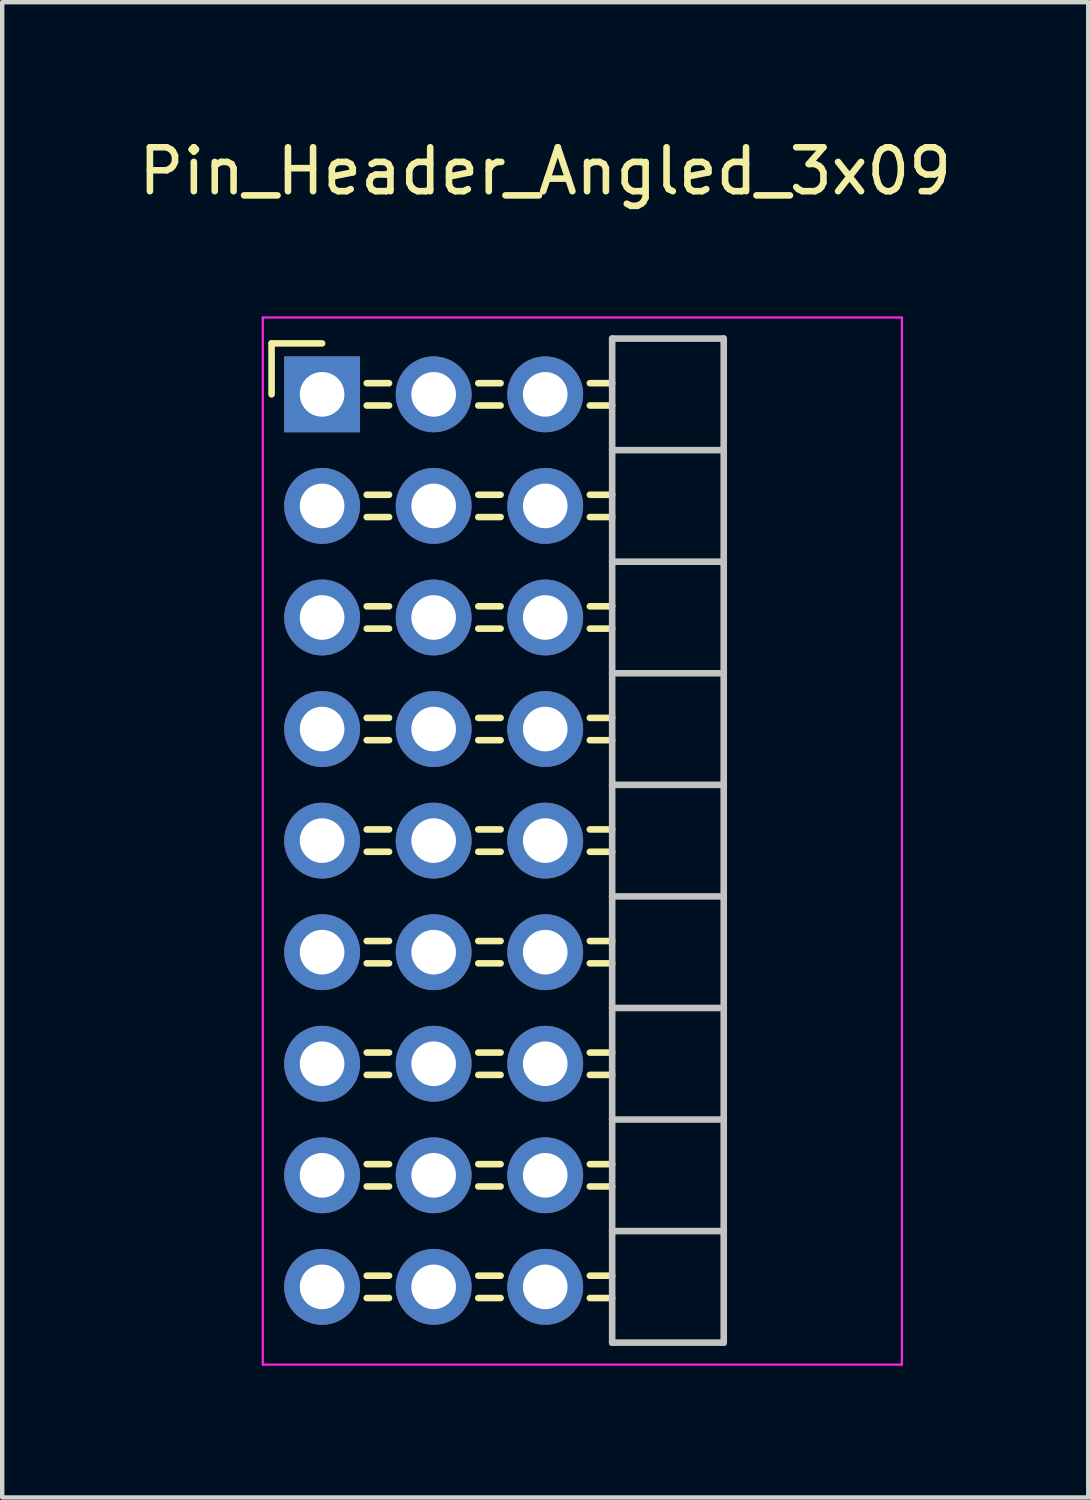
<source format=kicad_pcb>
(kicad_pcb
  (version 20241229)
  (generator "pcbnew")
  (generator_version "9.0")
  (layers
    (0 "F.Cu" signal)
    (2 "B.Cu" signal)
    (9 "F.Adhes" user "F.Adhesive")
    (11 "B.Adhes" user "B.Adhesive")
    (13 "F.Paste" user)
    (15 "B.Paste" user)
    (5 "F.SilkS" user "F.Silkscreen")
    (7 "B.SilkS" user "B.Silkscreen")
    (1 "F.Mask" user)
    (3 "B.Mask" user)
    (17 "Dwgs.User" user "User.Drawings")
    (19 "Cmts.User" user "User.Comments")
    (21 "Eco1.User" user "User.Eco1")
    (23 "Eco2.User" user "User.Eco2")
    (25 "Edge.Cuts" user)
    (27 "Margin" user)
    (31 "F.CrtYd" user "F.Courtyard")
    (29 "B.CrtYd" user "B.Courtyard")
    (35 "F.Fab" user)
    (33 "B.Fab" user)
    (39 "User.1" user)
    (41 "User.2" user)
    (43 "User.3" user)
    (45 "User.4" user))
  (footprint "Pin_Header_Angled_3x09"
    (layer "F.Cu")
    (at 9.363 14.818)
    (property "Reference" "Pin_Header_Angled_3x09" (at 0 -13.97 0) (layer "F.SilkS") (effects (font (size 1 1) (thickness 0.15))))
    (attr through_hole)
    (fp_line (start -6.23 -10.05) (end -6.23 -8.89) (stroke (width 0.15) (type solid)) (layer "F.SilkS"))
    (fp_line (start -5.08 -10.05) (end -6.23 -10.05) (stroke (width 0.15) (type solid)) (layer "F.SilkS"))
    (fp_line (start -3.556 -9.144) (end -4.064 -9.144) (stroke (width 0.15) (type solid)) (layer "F.SilkS"))
    (fp_line (start -3.556 -8.636) (end -4.064 -8.636) (stroke (width 0.15) (type solid)) (layer "F.SilkS"))
    (fp_line (start -3.556 -6.604) (end -4.064 -6.604) (stroke (width 0.15) (type solid)) (layer "F.SilkS"))
    (fp_line (start -3.556 -6.096) (end -4.064 -6.096) (stroke (width 0.15) (type solid)) (layer "F.SilkS"))
    (fp_line (start -3.556 -4.064) (end -4.064 -4.064) (stroke (width 0.15) (type solid)) (layer "F.SilkS"))
    (fp_line (start -3.556 -3.556) (end -4.064 -3.556) (stroke (width 0.15) (type solid)) (layer "F.SilkS"))
    (fp_line (start -3.556 -1.524) (end -4.064 -1.524) (stroke (width 0.15) (type solid)) (layer "F.SilkS"))
    (fp_line (start -3.556 -1.016) (end -4.064 -1.016) (stroke (width 0.15) (type solid)) (layer "F.SilkS"))
    (fp_line (start -3.556 1.016) (end -4.064 1.016) (stroke (width 0.15) (type solid)) (layer "F.SilkS"))
    (fp_line (start -3.556 1.524) (end -4.064 1.524) (stroke (width 0.15) (type solid)) (layer "F.SilkS"))
    (fp_line (start -3.556 3.556) (end -4.064 3.556) (stroke (width 0.15) (type solid)) (layer "F.SilkS"))
    (fp_line (start -3.556 4.064) (end -4.064 4.064) (stroke (width 0.15) (type solid)) (layer "F.SilkS"))
    (fp_line (start -3.556 6.096) (end -4.064 6.096) (stroke (width 0.15) (type solid)) (layer "F.SilkS"))
    (fp_line (start -3.556 6.604) (end -4.064 6.604) (stroke (width 0.15) (type solid)) (layer "F.SilkS"))
    (fp_line (start -3.556 8.636) (end -4.064 8.636) (stroke (width 0.15) (type solid)) (layer "F.SilkS"))
    (fp_line (start -3.556 9.144) (end -4.064 9.144) (stroke (width 0.15) (type solid)) (layer "F.SilkS"))
    (fp_line (start -3.556 11.176) (end -4.064 11.176) (stroke (width 0.15) (type solid)) (layer "F.SilkS"))
    (fp_line (start -3.556 11.684) (end -4.064 11.684) (stroke (width 0.15) (type solid)) (layer "F.SilkS"))
    (fp_line (start -1.016 -9.144) (end -1.524 -9.144) (stroke (width 0.15) (type solid)) (layer "F.SilkS"))
    (fp_line (start -1.016 -8.636) (end -1.524 -8.636) (stroke (width 0.15) (type solid)) (layer "F.SilkS"))
    (fp_line (start -1.016 -6.604) (end -1.524 -6.604) (stroke (width 0.15) (type solid)) (layer "F.SilkS"))
    (fp_line (start -1.016 -6.096) (end -1.524 -6.096) (stroke (width 0.15) (type solid)) (layer "F.SilkS"))
    (fp_line (start -1.016 -4.064) (end -1.524 -4.064) (stroke (width 0.15) (type solid)) (layer "F.SilkS"))
    (fp_line (start -1.016 -3.556) (end -1.524 -3.556) (stroke (width 0.15) (type solid)) (layer "F.SilkS"))
    (fp_line (start -1.016 -1.524) (end -1.524 -1.524) (stroke (width 0.15) (type solid)) (layer "F.SilkS"))
    (fp_line (start -1.016 -1.016) (end -1.524 -1.016) (stroke (width 0.15) (type solid)) (layer "F.SilkS"))
    (fp_line (start -1.016 1.016) (end -1.524 1.016) (stroke (width 0.15) (type solid)) (layer "F.SilkS"))
    (fp_line (start -1.016 1.524) (end -1.524 1.524) (stroke (width 0.15) (type solid)) (layer "F.SilkS"))
    (fp_line (start -1.016 3.556) (end -1.524 3.556) (stroke (width 0.15) (type solid)) (layer "F.SilkS"))
    (fp_line (start -1.016 4.064) (end -1.524 4.064) (stroke (width 0.15) (type solid)) (layer "F.SilkS"))
    (fp_line (start -1.016 6.096) (end -1.524 6.096) (stroke (width 0.15) (type solid)) (layer "F.SilkS"))
    (fp_line (start -1.016 6.604) (end -1.524 6.604) (stroke (width 0.15) (type solid)) (layer "F.SilkS"))
    (fp_line (start -1.016 8.636) (end -1.524 8.636) (stroke (width 0.15) (type solid)) (layer "F.SilkS"))
    (fp_line (start -1.016 9.144) (end -1.524 9.144) (stroke (width 0.15) (type solid)) (layer "F.SilkS"))
    (fp_line (start -1.016 11.176) (end -1.524 11.176) (stroke (width 0.15) (type solid)) (layer "F.SilkS"))
    (fp_line (start -1.016 11.684) (end -1.524 11.684) (stroke (width 0.15) (type solid)) (layer "F.SilkS"))
    (fp_line (start 1.524 -9.144) (end 1.016 -9.144) (stroke (width 0.15) (type solid)) (layer "F.SilkS"))
    (fp_line (start 1.524 -8.636) (end 1.016 -8.636) (stroke (width 0.15) (type solid)) (layer "F.SilkS"))
    (fp_line (start 1.524 -6.604) (end 1.016 -6.604) (stroke (width 0.15) (type solid)) (layer "F.SilkS"))
    (fp_line (start 1.524 -6.096) (end 1.016 -6.096) (stroke (width 0.15) (type solid)) (layer "F.SilkS"))
    (fp_line (start 1.524 -4.064) (end 1.016 -4.064) (stroke (width 0.15) (type solid)) (layer "F.SilkS"))
    (fp_line (start 1.524 -3.556) (end 1.016 -3.556) (stroke (width 0.15) (type solid)) (layer "F.SilkS"))
    (fp_line (start 1.524 -1.524) (end 1.016 -1.524) (stroke (width 0.15) (type solid)) (layer "F.SilkS"))
    (fp_line (start 1.524 -1.016) (end 1.016 -1.016) (stroke (width 0.15) (type solid)) (layer "F.SilkS"))
    (fp_line (start 1.524 1.016) (end 1.016 1.016) (stroke (width 0.15) (type solid)) (layer "F.SilkS"))
    (fp_line (start 1.524 1.524) (end 1.016 1.524) (stroke (width 0.15) (type solid)) (layer "F.SilkS"))
    (fp_line (start 1.524 3.556) (end 1.016 3.556) (stroke (width 0.15) (type solid)) (layer "F.SilkS"))
    (fp_line (start 1.524 4.064) (end 1.016 4.064) (stroke (width 0.15) (type solid)) (layer "F.SilkS"))
    (fp_line (start 1.524 6.096) (end 1.016 6.096) (stroke (width 0.15) (type solid)) (layer "F.SilkS"))
    (fp_line (start 1.524 6.604) (end 1.016 6.604) (stroke (width 0.15) (type solid)) (layer "F.SilkS"))
    (fp_line (start 1.524 8.636) (end 1.016 8.636) (stroke (width 0.15) (type solid)) (layer "F.SilkS"))
    (fp_line (start 1.524 9.144) (end 1.016 9.144) (stroke (width 0.15) (type solid)) (layer "F.SilkS"))
    (fp_line (start 1.524 11.176) (end 1.016 11.176) (stroke (width 0.15) (type solid)) (layer "F.SilkS"))
    (fp_line (start 1.524 11.684) (end 1.016 11.684) (stroke (width 0.15) (type solid)) (layer "F.SilkS"))
    (fp_line (start 1.524 -10.16) (end 1.524 -7.62) (stroke (width 0.15) (type solid)) (layer "Dwgs.User"))
    (fp_line (start 1.524 -10.16) (end 4.064 -10.16) (stroke (width 0.15) (type solid)) (layer "Dwgs.User"))
    (fp_line (start 1.524 -7.62) (end 1.524 -5.08) (stroke (width 0.15) (type solid)) (layer "Dwgs.User"))
    (fp_line (start 1.524 -7.62) (end 4.064 -7.62) (stroke (width 0.15) (type solid)) (layer "Dwgs.User"))
    (fp_line (start 1.524 -5.08) (end 1.524 -2.54) (stroke (width 0.15) (type solid)) (layer "Dwgs.User"))
    (fp_line (start 1.524 -5.08) (end 4.064 -5.08) (stroke (width 0.15) (type solid)) (layer "Dwgs.User"))
    (fp_line (start 1.524 -2.54) (end 1.524 0) (stroke (width 0.15) (type solid)) (layer "Dwgs.User"))
    (fp_line (start 1.524 -2.54) (end 4.064 -2.54) (stroke (width 0.15) (type solid)) (layer "Dwgs.User"))
    (fp_line (start 1.524 0) (end 1.524 2.54) (stroke (width 0.15) (type solid)) (layer "Dwgs.User"))
    (fp_line (start 1.524 0) (end 4.064 0) (stroke (width 0.15) (type solid)) (layer "Dwgs.User"))
    (fp_line (start 1.524 2.54) (end 1.524 5.08) (stroke (width 0.15) (type solid)) (layer "Dwgs.User"))
    (fp_line (start 1.524 2.54) (end 4.064 2.54) (stroke (width 0.15) (type solid)) (layer "Dwgs.User"))
    (fp_line (start 1.524 5.08) (end 1.524 7.62) (stroke (width 0.15) (type solid)) (layer "Dwgs.User"))
    (fp_line (start 1.524 5.08) (end 4.064 5.08) (stroke (width 0.15) (type solid)) (layer "Dwgs.User"))
    (fp_line (start 1.524 7.62) (end 1.524 10.16) (stroke (width 0.15) (type solid)) (layer "Dwgs.User"))
    (fp_line (start 1.524 7.62) (end 4.064 7.62) (stroke (width 0.15) (type solid)) (layer "Dwgs.User"))
    (fp_line (start 1.524 10.16) (end 1.524 12.7) (stroke (width 0.15) (type solid)) (layer "Dwgs.User"))
    (fp_line (start 1.524 10.16) (end 4.064 10.16) (stroke (width 0.15) (type solid)) (layer "Dwgs.User"))
    (fp_line (start 1.524 12.7) (end 4.064 12.7) (stroke (width 0.15) (type solid)) (layer "Dwgs.User"))
    (fp_line (start 4.064 -7.62) (end 4.064 -10.16) (stroke (width 0.15) (type solid)) (layer "Dwgs.User"))
    (fp_line (start 4.064 -5.08) (end 4.064 -7.62) (stroke (width 0.15) (type solid)) (layer "Dwgs.User"))
    (fp_line (start 4.064 -2.54) (end 4.064 -5.08) (stroke (width 0.15) (type solid)) (layer "Dwgs.User"))
    (fp_line (start 4.064 0) (end 4.064 -2.54) (stroke (width 0.15) (type solid)) (layer "Dwgs.User"))
    (fp_line (start 4.064 2.54) (end 4.064 0) (stroke (width 0.15) (type solid)) (layer "Dwgs.User"))
    (fp_line (start 4.064 5.08) (end 4.064 2.54) (stroke (width 0.15) (type solid)) (layer "Dwgs.User"))
    (fp_line (start 4.064 7.62) (end 4.064 5.08) (stroke (width 0.15) (type solid)) (layer "Dwgs.User"))
    (fp_line (start 4.064 10.16) (end 4.064 7.62) (stroke (width 0.15) (type solid)) (layer "Dwgs.User"))
    (fp_line (start 4.064 12.7) (end 4.064 10.16) (stroke (width 0.15) (type solid)) (layer "Dwgs.User"))
    (fp_line (start -6.43 -10.64) (end -6.43 13.2) (stroke (width 0.05) (type solid)) (layer "F.CrtYd"))
    (fp_line (start -6.43 -10.64) (end 8.12 -10.64) (stroke (width 0.05) (type solid)) (layer "F.CrtYd"))
    (fp_line (start -6.43 13.2) (end 8.12 13.2) (stroke (width 0.05) (type solid)) (layer "F.CrtYd"))
    (fp_line (start 8.12 -10.64) (end 8.12 13.2) (stroke (width 0.05) (type solid)) (layer "F.CrtYd"))
    (pad "1" thru_hole rect (at -5.08 -8.89) (size 1.727 1.727) (drill 1.016) (layers "*.Cu" "*.Mask"))
    (pad "2" thru_hole oval (at -2.54 -8.89 45) (size 1.727 1.727) (drill 1.016) (layers "*.Cu" "*.Mask"))
    (pad "3" thru_hole oval (at 0 -8.89 45) (size 1.727 1.727) (drill 1.016) (layers "*.Cu" "*.Mask"))
    (pad "4" thru_hole oval (at -5.08 -6.35) (size 1.727 1.727) (drill 1.016) (layers "*.Cu" "*.Mask"))
    (pad "5" thru_hole oval (at -2.54 -6.35 45) (size 1.727 1.727) (drill 1.016) (layers "*.Cu" "*.Mask"))
    (pad "6" thru_hole oval (at 0 -6.35 45) (size 1.727 1.727) (drill 1.016) (layers "*.Cu" "*.Mask"))
    (pad "7" thru_hole oval (at -5.08 -3.81) (size 1.727 1.727) (drill 1.016) (layers "*.Cu" "*.Mask"))
    (pad "8" thru_hole oval (at -2.54 -3.81 45) (size 1.727 1.727) (drill 1.016) (layers "*.Cu" "*.Mask"))
    (pad "9" thru_hole oval (at 0 -3.81 45) (size 1.727 1.727) (drill 1.016) (layers "*.Cu" "*.Mask"))
    (pad "10" thru_hole oval (at -5.08 -1.27) (size 1.727 1.727) (drill 1.016) (layers "*.Cu" "*.Mask"))
    (pad "11" thru_hole oval (at -2.54 -1.27 45) (size 1.727 1.727) (drill 1.016) (layers "*.Cu" "*.Mask"))
    (pad "12" thru_hole oval (at 0 -1.27 45) (size 1.727 1.727) (drill 1.016) (layers "*.Cu" "*.Mask"))
    (pad "13" thru_hole oval (at -5.08 1.27) (size 1.727 1.727) (drill 1.016) (layers "*.Cu" "*.Mask"))
    (pad "14" thru_hole oval (at -2.54 1.27 45) (size 1.727 1.727) (drill 1.016) (layers "*.Cu" "*.Mask"))
    (pad "15" thru_hole oval (at 0 1.27 45) (size 1.727 1.727) (drill 1.016) (layers "*.Cu" "*.Mask"))
    (pad "16" thru_hole oval (at -5.08 3.81) (size 1.727 1.727) (drill 1.016) (layers "*.Cu" "*.Mask"))
    (pad "17" thru_hole oval (at -2.54 3.81 45) (size 1.727 1.727) (drill 1.016) (layers "*.Cu" "*.Mask"))
    (pad "18" thru_hole oval (at 0 3.81 45) (size 1.727 1.727) (drill 1.016) (layers "*.Cu" "*.Mask"))
    (pad "19" thru_hole oval (at -5.08 6.35) (size 1.727 1.727) (drill 1.016) (layers "*.Cu" "*.Mask"))
    (pad "20" thru_hole oval (at -2.54 6.35 45) (size 1.727 1.727) (drill 1.016) (layers "*.Cu" "*.Mask"))
    (pad "21" thru_hole oval (at 0 6.35 45) (size 1.727 1.727) (drill 1.016) (layers "*.Cu" "*.Mask"))
    (pad "22" thru_hole oval (at -5.08 8.89) (size 1.727 1.727) (drill 1.016) (layers "*.Cu" "*.Mask"))
    (pad "23" thru_hole oval (at -2.54 8.89 45) (size 1.727 1.727) (drill 1.016) (layers "*.Cu" "*.Mask"))
    (pad "24" thru_hole oval (at 0 8.89 45) (size 1.727 1.727) (drill 1.016) (layers "*.Cu" "*.Mask"))
    (pad "25" thru_hole oval (at -5.08 11.43) (size 1.727 1.727) (drill 1.016) (layers "*.Cu" "*.Mask"))
    (pad "26" thru_hole oval (at -2.54 11.43 45) (size 1.727 1.727) (drill 1.016) (layers "*.Cu" "*.Mask"))
    (pad "27" thru_hole oval (at 0 11.43 45) (size 1.727 1.727) (drill 1.016) (layers "*.Cu" "*.Mask")))
  (gr_rect
    (start -3 -3)
    (end 21.726 31.043)
    (stroke (width 0.1) (type default))
    (fill no)
    (layer "Edge.Cuts")))
</source>
